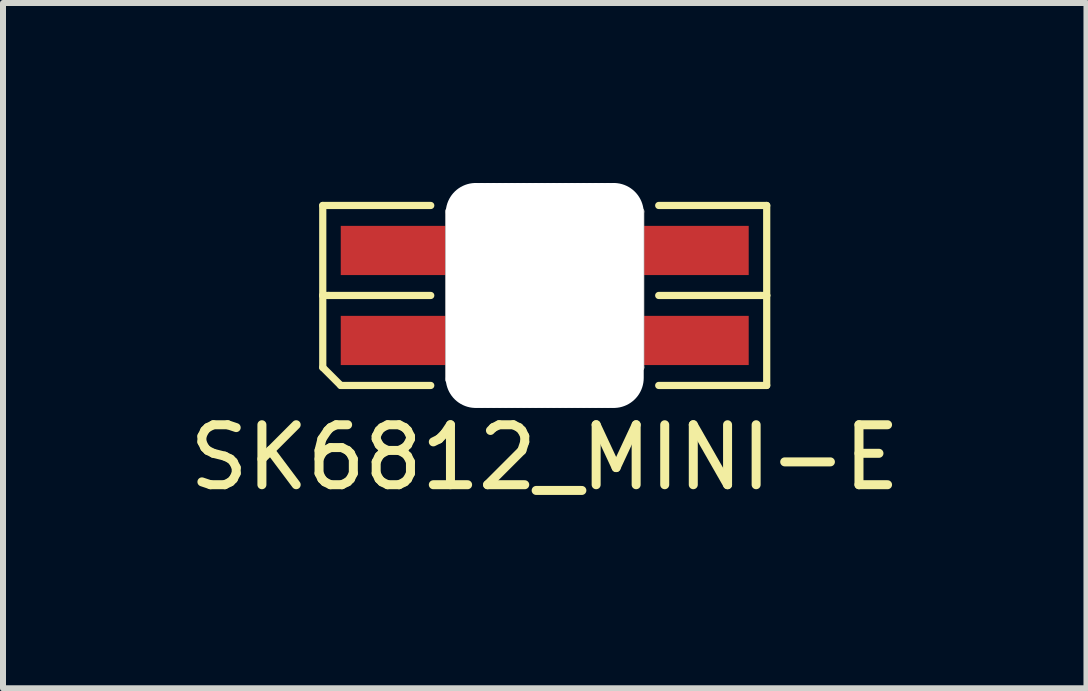
<source format=kicad_pcb>
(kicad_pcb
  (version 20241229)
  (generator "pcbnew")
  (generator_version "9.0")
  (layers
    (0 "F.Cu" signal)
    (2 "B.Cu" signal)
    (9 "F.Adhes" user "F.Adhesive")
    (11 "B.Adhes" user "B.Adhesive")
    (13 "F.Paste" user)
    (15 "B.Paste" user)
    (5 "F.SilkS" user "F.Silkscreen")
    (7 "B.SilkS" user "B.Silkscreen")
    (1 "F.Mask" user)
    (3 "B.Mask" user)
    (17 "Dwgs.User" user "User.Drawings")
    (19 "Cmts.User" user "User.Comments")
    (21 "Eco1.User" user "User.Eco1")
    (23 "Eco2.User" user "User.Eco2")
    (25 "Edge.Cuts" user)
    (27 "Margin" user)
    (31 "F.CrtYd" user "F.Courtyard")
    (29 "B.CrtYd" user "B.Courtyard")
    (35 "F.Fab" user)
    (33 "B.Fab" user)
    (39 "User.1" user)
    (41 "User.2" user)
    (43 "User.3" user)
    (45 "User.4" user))
  (footprint "SK6812_MINI-E"
    (layer "F.Cu")
    (at 6.03 1.875)
    (property "Reference" "SK6812_MINI-E" (at 0 2.7 0) (layer "F.SilkS") (effects (font (size 1 1) (thickness 0.15))))
    (attr through_hole)
    (fp_line (start -3.7 -1.5) (end -1.9 -1.5) (stroke (width 0.12) (type solid)) (layer "F.SilkS"))
    (fp_line (start -3.7 0) (end -3.7 -1.5) (stroke (width 0.12) (type solid)) (layer "F.SilkS"))
    (fp_line (start -3.7 0) (end -3.7 1.2) (stroke (width 0.12) (type solid)) (layer "F.SilkS"))
    (fp_line (start -3.6 0) (end -3.7 0) (stroke (width 0.12) (type solid)) (layer "F.SilkS"))
    (fp_line (start -3.4 1.5) (end -3.7 1.2) (stroke (width 0.12) (type solid)) (layer "F.SilkS"))
    (fp_line (start -3.4 1.5) (end -1.9 1.5) (stroke (width 0.12) (type solid)) (layer "F.SilkS"))
    (fp_line (start -1.9 0) (end -3.6 0) (stroke (width 0.12) (type solid)) (layer "F.SilkS"))
    (fp_line (start 1.9 0) (end 3.6 0) (stroke (width 0.12) (type solid)) (layer "F.SilkS"))
    (fp_line (start 3.6 0) (end 3.7 0) (stroke (width 0.12) (type solid)) (layer "F.SilkS"))
    (fp_line (start 3.7 -1.5) (end 1.9 -1.5) (stroke (width 0.12) (type solid)) (layer "F.SilkS"))
    (fp_line (start 3.7 0) (end 3.7 -1.5) (stroke (width 0.12) (type solid)) (layer "F.SilkS"))
    (fp_line (start 3.7 0) (end 3.7 1.5) (stroke (width 0.12) (type solid)) (layer "F.SilkS"))
    (fp_line (start 3.7 1.5) (end 1.9 1.5) (stroke (width 0.12) (type solid)) (layer "F.SilkS"))
    (fp_line (start -1.6 -1.4) (end 1.6 -1.4) (stroke (width 0.12) (type solid)) (layer "F.Fab"))
    (fp_line (start -1.6 1.4) (end -1.6 -1.4) (stroke (width 0.12) (type solid)) (layer "F.Fab"))
    (fp_line (start 1.4 1.4) (end -1.6 1.4) (stroke (width 0.12) (type solid)) (layer "F.Fab"))
    (fp_line (start 1.6 -1.4) (end 1.6 1.2) (stroke (width 0.12) (type solid)) (layer "F.Fab"))
    (fp_line (start 1.6 1.2) (end 1.4 1.4) (stroke (width 0.12) (type solid)) (layer "F.Fab"))
    (pad "" np_thru_hole oval (at -1.15 0) (size 1 3.75) (drill oval 1 3.75) (layers "*.Cu" "*.Mask"))
    (pad "" np_thru_hole oval (at -1.05 0) (size 1 3.75) (drill oval 1 3.75) (layers "*.Cu" "*.Mask"))
    (pad "" np_thru_hole oval (at -0.95 0) (size 1 3.75) (drill oval 1 3.75) (layers "*.Cu" "*.Mask"))
    (pad "" np_thru_hole oval (at -0.85 0) (size 1 3.75) (drill oval 1 3.75) (layers "*.Cu" "*.Mask"))
    (pad "" np_thru_hole oval (at -0.75 0) (size 1 3.75) (drill oval 1 3.75) (layers "*.Cu" "*.Mask"))
    (pad "" np_thru_hole oval (at -0.65 0) (size 1 3.75) (drill oval 1 3.75) (layers "*.Cu" "*.Mask"))
    (pad "" np_thru_hole oval (at -0.55 0) (size 1 3.75) (drill oval 1 3.75) (layers "*.Cu" "*.Mask"))
    (pad "" np_thru_hole oval (at -0.45 0) (size 1 3.75) (drill oval 1 3.75) (layers "*.Cu" "*.Mask"))
    (pad "" np_thru_hole oval (at -0.35 0) (size 1 3.75) (drill oval 1 3.75) (layers "*.Cu" "*.Mask"))
    (pad "" np_thru_hole oval (at -0.25 0) (size 1 3.75) (drill oval 1 3.75) (layers "*.Cu" "*.Mask"))
    (pad "" np_thru_hole oval (at -0.15 0) (size 1 3.75) (drill oval 1 3.75) (layers "*.Cu" "*.Mask"))
    (pad "" np_thru_hole oval (at -0.05 0) (size 1 3.75) (drill oval 1 3.75) (layers "*.Cu" "*.Mask"))
    (pad "" np_thru_hole oval (at 0.05 0) (size 1 3.75) (drill oval 1 3.75) (layers "*.Cu" "*.Mask"))
    (pad "" np_thru_hole oval (at 0.15 0) (size 1 3.75) (drill oval 1 3.75) (layers "*.Cu" "*.Mask"))
    (pad "" np_thru_hole oval (at 0.25 0) (size 1 3.75) (drill oval 1 3.75) (layers "*.Cu" "*.Mask"))
    (pad "" np_thru_hole oval (at 0.35 0) (size 1 3.75) (drill oval 1 3.75) (layers "*.Cu" "*.Mask"))
    (pad "" np_thru_hole oval (at 0.45 0) (size 1 3.75) (drill oval 1 3.75) (layers "*.Cu" "*.Mask"))
    (pad "" np_thru_hole oval (at 0.55 0) (size 1 3.75) (drill oval 1 3.75) (layers "*.Cu" "*.Mask"))
    (pad "" np_thru_hole oval (at 0.65 0) (size 1 3.75) (drill oval 1 3.75) (layers "*.Cu" "*.Mask"))
    (pad "" np_thru_hole oval (at 0.75 0) (size 1 3.75) (drill oval 1 3.75) (layers "*.Cu" "*.Mask"))
    (pad "" np_thru_hole oval (at 0.85 0) (size 1 3.75) (drill oval 1 3.75) (layers "*.Cu" "*.Mask"))
    (pad "" np_thru_hole oval (at 0.95 0) (size 1 3.75) (drill oval 1 3.75) (layers "*.Cu" "*.Mask"))
    (pad "" np_thru_hole oval (at 1.05 0) (size 1 3.75) (drill oval 1 3.75) (layers "*.Cu" "*.Mask"))
    (pad "" np_thru_hole oval (at 1.15 0) (size 1 3.75) (drill oval 1 3.75) (layers "*.Cu" "*.Mask"))
    (pad "1" smd rect (at -2.5 -0.75) (size 1.8 0.82) (layers "F.Cu" "F.Mask"))
    (pad "2" smd rect (at -2.5 0.75) (size 1.8 0.82) (layers "F.Cu" "F.Mask"))
    (pad "3" smd rect (at 2.5 -0.75 180) (size 1.8 0.82) (layers "F.Cu" "F.Mask"))
    (pad "4" smd rect (at 2.5 0.75 180) (size 1.8 0.82) (layers "F.Cu" "F.Mask")))
  (gr_rect
    (start -3 -3)
    (end 15.06 8.423)
    (stroke (width 0.1) (type default))
    (fill no)
    (layer "Edge.Cuts")))
</source>
